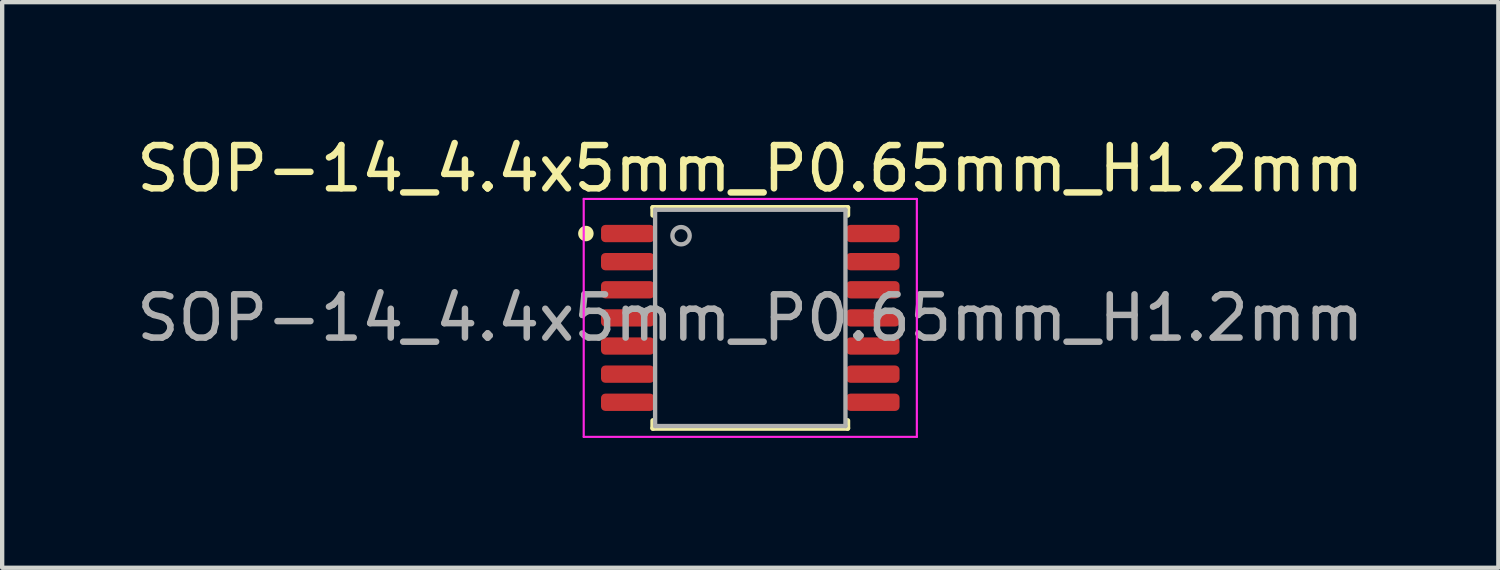
<source format=kicad_pcb>
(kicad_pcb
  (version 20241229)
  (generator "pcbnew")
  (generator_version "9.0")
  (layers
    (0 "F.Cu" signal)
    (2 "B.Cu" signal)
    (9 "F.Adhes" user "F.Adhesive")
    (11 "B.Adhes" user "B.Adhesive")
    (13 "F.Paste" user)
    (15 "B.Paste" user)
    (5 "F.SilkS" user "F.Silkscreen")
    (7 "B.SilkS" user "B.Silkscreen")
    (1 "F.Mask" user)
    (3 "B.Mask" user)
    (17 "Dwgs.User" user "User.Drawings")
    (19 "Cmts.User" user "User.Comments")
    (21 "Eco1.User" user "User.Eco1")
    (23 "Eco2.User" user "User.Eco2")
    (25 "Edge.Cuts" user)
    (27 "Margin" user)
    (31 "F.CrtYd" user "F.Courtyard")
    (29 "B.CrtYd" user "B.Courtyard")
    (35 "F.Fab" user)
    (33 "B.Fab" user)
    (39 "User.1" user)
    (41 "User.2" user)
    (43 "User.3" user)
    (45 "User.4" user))
  (footprint "SOP-14_4.4x5mm_P0.65mm_H1.2mm"
    (layer "F.Cu")
    (at 14.292 4.298)
    (property "Reference" "SOP-14_4.4x5mm_P0.65mm_H1.2mm" (at 0 -3.45 0) (layer "F.SilkS") (effects (font (size 1 1) (thickness 0.15))))
    (attr smd)
    (fp_line (start -2.25 -2.375) (end -2.25 -2.55) (stroke (width 0.12) (type solid)) (layer "F.SilkS"))
    (fp_line (start -2.25 2.375) (end -2.25 2.55) (stroke (width 0.12) (type solid)) (layer "F.SilkS"))
    (fp_line (start -2.25 2.55) (end 2.25 2.55) (stroke (width 0.12) (type solid)) (layer "F.SilkS"))
    (fp_line (start 2.25 -2.55) (end -2.25 -2.55) (stroke (width 0.12) (type solid)) (layer "F.SilkS"))
    (fp_line (start 2.25 -2.375) (end 2.25 -2.55) (stroke (width 0.12) (type solid)) (layer "F.SilkS"))
    (fp_line (start 2.25 2.375) (end 2.25 2.55) (stroke (width 0.12) (type solid)) (layer "F.SilkS"))
    (fp_circle (center -3.8 -1.95) (end -3.671 -1.95) (stroke (width 0.1) (type solid)) (fill yes) (layer "F.SilkS"))
    (fp_line (start -3.85 -2.75) (end -3.85 2.75) (stroke (width 0.05) (type solid)) (layer "F.CrtYd"))
    (fp_line (start -3.85 2.75) (end 3.85 2.75) (stroke (width 0.05) (type solid)) (layer "F.CrtYd"))
    (fp_line (start 3.85 -2.75) (end -3.85 -2.75) (stroke (width 0.05) (type solid)) (layer "F.CrtYd"))
    (fp_line (start 3.85 2.75) (end 3.85 -2.75) (stroke (width 0.05) (type solid)) (layer "F.CrtYd"))
    (fp_line (start -2.2 -2.5) (end 2.2 -2.5) (stroke (width 0.1) (type solid)) (layer "F.Fab"))
    (fp_line (start -2.2 2.5) (end -2.2 -2.5) (stroke (width 0.1) (type solid)) (layer "F.Fab"))
    (fp_line (start 2.2 -2.5) (end 2.2 2.5) (stroke (width 0.1) (type solid)) (layer "F.Fab"))
    (fp_line (start 2.2 2.5) (end -2.2 2.5) (stroke (width 0.1) (type solid)) (layer "F.Fab"))
    (fp_circle (center -1.6 -1.9) (end -1.4 -1.9) (stroke (width 0.1) (type solid)) (fill no) (layer "F.Fab"))
    (fp_text user "${REFERENCE}" (at 0 0 0) (layer "F.Fab") (effects (font (size 1 1) (thickness 0.15))))
    (pad "1" smd roundrect (at -2.832 -1.95) (size 1.235 0.4) (layers "F.Cu" "F.Mask" "F.Paste") (roundrect_rratio 0.25))
    (pad "2" smd roundrect (at -2.833 -1.3) (size 1.235 0.4) (layers "F.Cu" "F.Mask" "F.Paste") (roundrect_rratio 0.25))
    (pad "3" smd roundrect (at -2.833 -0.65) (size 1.235 0.4) (layers "F.Cu" "F.Mask" "F.Paste") (roundrect_rratio 0.25))
    (pad "4" smd roundrect (at -2.833 0) (size 1.235 0.4) (layers "F.Cu" "F.Mask" "F.Paste") (roundrect_rratio 0.25))
    (pad "5" smd roundrect (at -2.833 0.65) (size 1.235 0.4) (layers "F.Cu" "F.Mask" "F.Paste") (roundrect_rratio 0.25))
    (pad "6" smd roundrect (at -2.833 1.3) (size 1.235 0.4) (layers "F.Cu" "F.Mask" "F.Paste") (roundrect_rratio 0.25))
    (pad "7" smd roundrect (at -2.833 1.95) (size 1.235 0.4) (layers "F.Cu" "F.Mask" "F.Paste") (roundrect_rratio 0.25))
    (pad "8" smd roundrect (at 2.833 1.95) (size 1.235 0.4) (layers "F.Cu" "F.Mask" "F.Paste") (roundrect_rratio 0.25))
    (pad "9" smd roundrect (at 2.833 1.3) (size 1.235 0.4) (layers "F.Cu" "F.Mask" "F.Paste") (roundrect_rratio 0.25))
    (pad "10" smd roundrect (at 2.833 0.65) (size 1.235 0.4) (layers "F.Cu" "F.Mask" "F.Paste") (roundrect_rratio 0.25))
    (pad "11" smd roundrect (at 2.833 0) (size 1.235 0.4) (layers "F.Cu" "F.Mask" "F.Paste") (roundrect_rratio 0.25))
    (pad "12" smd roundrect (at 2.833 -0.65) (size 1.235 0.4) (layers "F.Cu" "F.Mask" "F.Paste") (roundrect_rratio 0.25))
    (pad "13" smd roundrect (at 2.833 -1.3) (size 1.235 0.4) (layers "F.Cu" "F.Mask" "F.Paste") (roundrect_rratio 0.25))
    (pad "14" smd roundrect (at 2.833 -1.95) (size 1.235 0.4) (layers "F.Cu" "F.Mask" "F.Paste") (roundrect_rratio 0.25)))
  (gr_rect
    (start -3 -3)
    (end 31.583 10.073)
    (stroke (width 0.1) (type default))
    (fill no)
    (layer "Edge.Cuts")))
</source>
